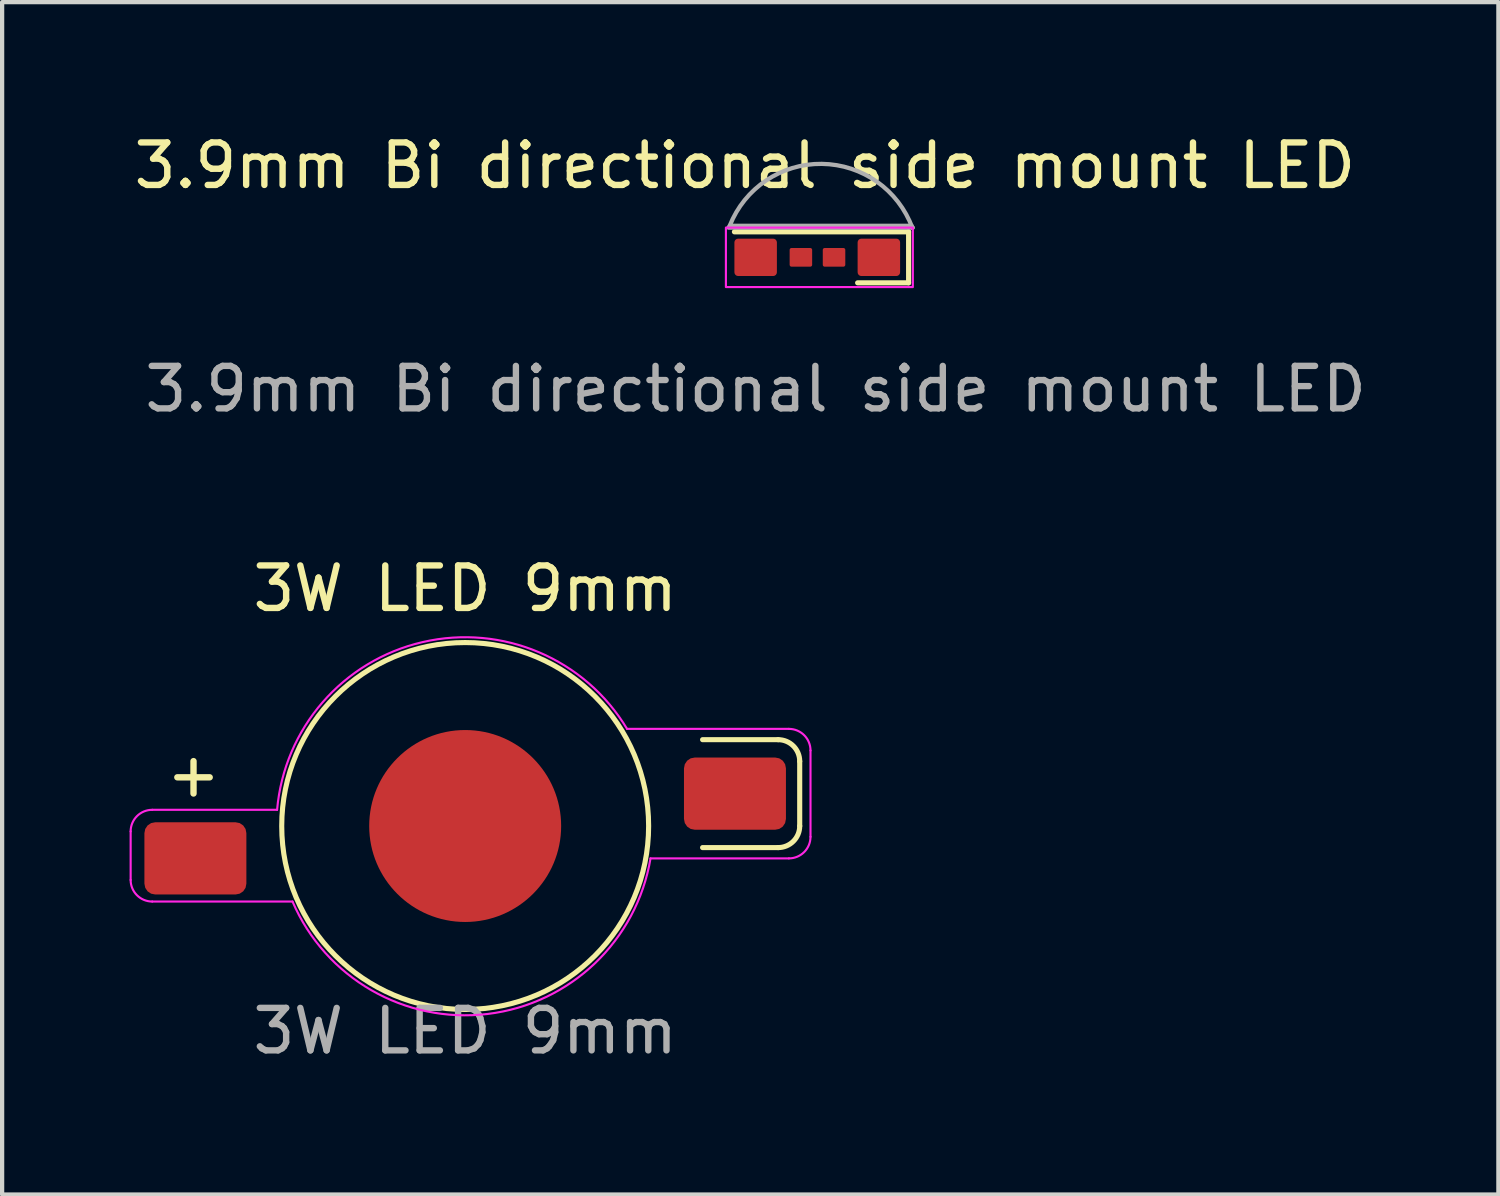
<source format=kicad_pcb>
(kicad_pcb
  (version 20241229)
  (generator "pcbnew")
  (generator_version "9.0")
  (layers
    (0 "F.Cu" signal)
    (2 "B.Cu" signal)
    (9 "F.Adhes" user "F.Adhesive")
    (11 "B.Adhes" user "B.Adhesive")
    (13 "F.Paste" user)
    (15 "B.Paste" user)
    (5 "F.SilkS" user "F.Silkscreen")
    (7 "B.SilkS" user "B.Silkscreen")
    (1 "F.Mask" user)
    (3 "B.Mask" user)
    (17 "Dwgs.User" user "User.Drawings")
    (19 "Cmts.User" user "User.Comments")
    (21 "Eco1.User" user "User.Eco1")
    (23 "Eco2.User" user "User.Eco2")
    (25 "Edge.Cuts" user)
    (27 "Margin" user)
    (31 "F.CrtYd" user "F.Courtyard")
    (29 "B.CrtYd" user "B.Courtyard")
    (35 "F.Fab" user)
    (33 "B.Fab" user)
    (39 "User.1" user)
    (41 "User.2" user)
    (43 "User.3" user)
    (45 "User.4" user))
  (footprint "3W LED 9mm"
    (layer "F.Cu")
    (at 7.899 16.392)
    (property "Reference" "3W LED 9mm" (at 0 -5.588 0) (unlocked yes) (layer "F.SilkS") (effects (font (size 1 1) (thickness 0.15))))
    (attr smd)
    (fp_circle (center 0 0) (end 0 -2.159) (stroke (width 0.2) (type solid)) (fill yes) (layers "F.Cu" "F.Mask"))
    (fp_line (start 5.588 -2.032) (end 7.366 -2.032) (stroke (width 0.12) (type default)) (layer "F.SilkS"))
    (fp_line (start 7.366 0.508) (end 5.588 0.508) (stroke (width 0.12) (type default)) (layer "F.SilkS"))
    (fp_line (start 7.874 -1.524) (end 7.874 0) (stroke (width 0.12) (type default)) (layer "F.SilkS"))
    (fp_arc (start 0 -4.318) (mid 0 4.318) (end 0 -4.318) (stroke (width 0.12) (type default)) (layer "F.SilkS"))
    (fp_arc (start 7.366 -2.032) (mid 7.72521 -1.88321) (end 7.874 -1.524) (stroke (width 0.12) (type default)) (layer "F.SilkS"))
    (fp_arc (start 7.874 0) (mid 7.72521 0.35921) (end 7.366 0.508) (stroke (width 0.12) (type default)) (layer "F.SilkS"))
    (fp_line (start -7.874 1.27) (end -7.874 0.127) (stroke (width 0.05) (type default)) (layer "F.CrtYd"))
    (fp_line (start -7.366 -0.381) (end -4.427 -0.381) (stroke (width 0.05) (type default)) (layer "F.CrtYd"))
    (fp_line (start -4.064 1.778) (end -7.366 1.778) (stroke (width 0.05) (type default)) (layer "F.CrtYd"))
    (fp_line (start 3.81 -2.286) (end 7.62 -2.286) (stroke (width 0.05) (type default)) (layer "F.CrtYd"))
    (fp_line (start 7.62 0.762) (end 4.362 0.762) (stroke (width 0.05) (type default)) (layer "F.CrtYd"))
    (fp_line (start 8.128 -1.778) (end 8.128 0.254) (stroke (width 0.05) (type default)) (layer "F.CrtYd"))
    (fp_arc (start -7.873999 0.127001) (mid -7.72521 -0.23221) (end -7.366 -0.381) (stroke (width 0.05) (type default)) (layer "F.CrtYd"))
    (fp_arc (start -7.365999 1.778) (mid -7.72521 1.62921) (end -7.874 1.269999) (stroke (width 0.05) (type default)) (layer "F.CrtYd"))
    (fp_arc (start -4.426818 -0.381) (mid -1.003939 -4.328279) (end 3.809998 -2.286) (stroke (width 0.05) (type default)) (layer "F.CrtYd"))
    (fp_arc (start 4.362362 0.762) (mid 0.530529 4.423703) (end -4.064 1.778) (stroke (width 0.05) (type default)) (layer "F.CrtYd"))
    (fp_arc (start 7.62 -2.286) (mid 7.97921 -2.13721) (end 8.128 -1.778) (stroke (width 0.05) (type default)) (layer "F.CrtYd"))
    (fp_arc (start 8.128 0.254) (mid 7.97921 0.61321) (end 7.62 0.762) (stroke (width 0.05) (type default)) (layer "F.CrtYd"))
    (fp_text user "+" (at -7.112 -0.635 0) (unlocked yes) (layer "F.SilkS") (effects (font (size 1 1) (thickness 0.15)) (justify left bottom)))
    (fp_text user "${REFERENCE}" (at 0 4.826 0) (unlocked yes) (layer "F.Fab") (effects (font (size 1 1) (thickness 0.15))))
    (pad "1" smd roundrect (at 6.35 -0.762) (size 2.4 1.7) (layers "F.Cu" "F.Mask" "F.Paste") (roundrect_rratio 0.15))
    (pad "2" smd roundrect (at -6.35 0.762) (size 2.4 1.7) (layers "F.Cu" "F.Mask" "F.Paste") (roundrect_rratio 0.15)))
  (footprint "3.9mm Bi directional side mount LED"
    (layer "F.Cu")
    (at 14.736 3.007)
    (property "Reference" "3.9mm Bi directional side mount LED" (at -0.254 -2.159 0) (unlocked yes) (layer "F.SilkS") (effects (font (size 1 1) (thickness 0.15))))
    (attr board_only exclude_from_pos_files exclude_from_bom)
    (fp_line (start -0.5 -0.6) (end 3.6 -0.6) (stroke (width 0.12) (type default)) (layer "F.SilkS"))
    (fp_line (start 3.6 -0.6) (end 3.6 0.6) (stroke (width 0.12) (type default)) (layer "F.SilkS"))
    (fp_line (start 3.6 0.6) (end 2.4 0.6) (stroke (width 0.12) (type default)) (layer "F.SilkS"))
    (fp_rect (start -0.7 -0.7) (end 3.7 0.7) (stroke (width 0.05) (type default)) (fill no) (layer "F.CrtYd"))
    (fp_line (start -0.64 -0.7) (end 3.7 -0.7) (stroke (width 0.1) (type default)) (layer "F.Fab"))
    (fp_line (start -0.61 -0.743) (end 3.67 -0.743) (stroke (width 0.1) (type default)) (layer "F.Fab"))
    (fp_arc (start -0.610144 -0.743398) (mid 1.556497 -2.2) (end 3.688765 -0.69353) (stroke (width 0.1) (type default)) (layer "F.Fab"))
    (fp_text user "${REFERENCE}" (at 0 3.1 0) (unlocked yes) (layer "F.Fab") (effects (font (size 1 1) (thickness 0.15))))
    (pad "1" smd roundrect (at 1.845 0) (size 0.53 0.44) (layers "F.Cu" "F.Mask" "F.Paste") (roundrect_rratio 0.1))
    (pad "2" smd roundrect (at 1.065 0) (size 0.53 0.44) (layers "F.Cu" "F.Mask" "F.Paste") (roundrect_rratio 0.1))
    (pad "3" smd roundrect (at 2.9 0) (size 1 0.88) (layers "F.Cu" "F.Mask" "F.Paste") (roundrect_rratio 0.1))
    (pad "4" smd roundrect (at 0 0) (size 1 0.88) (layers "F.Cu" "F.Mask" "F.Paste") (roundrect_rratio 0.1)))
  (gr_rect
    (start -3 -3)
    (end 32.218 25.066)
    (stroke (width 0.1) (type default))
    (fill no)
    (layer "Edge.Cuts")))
</source>
